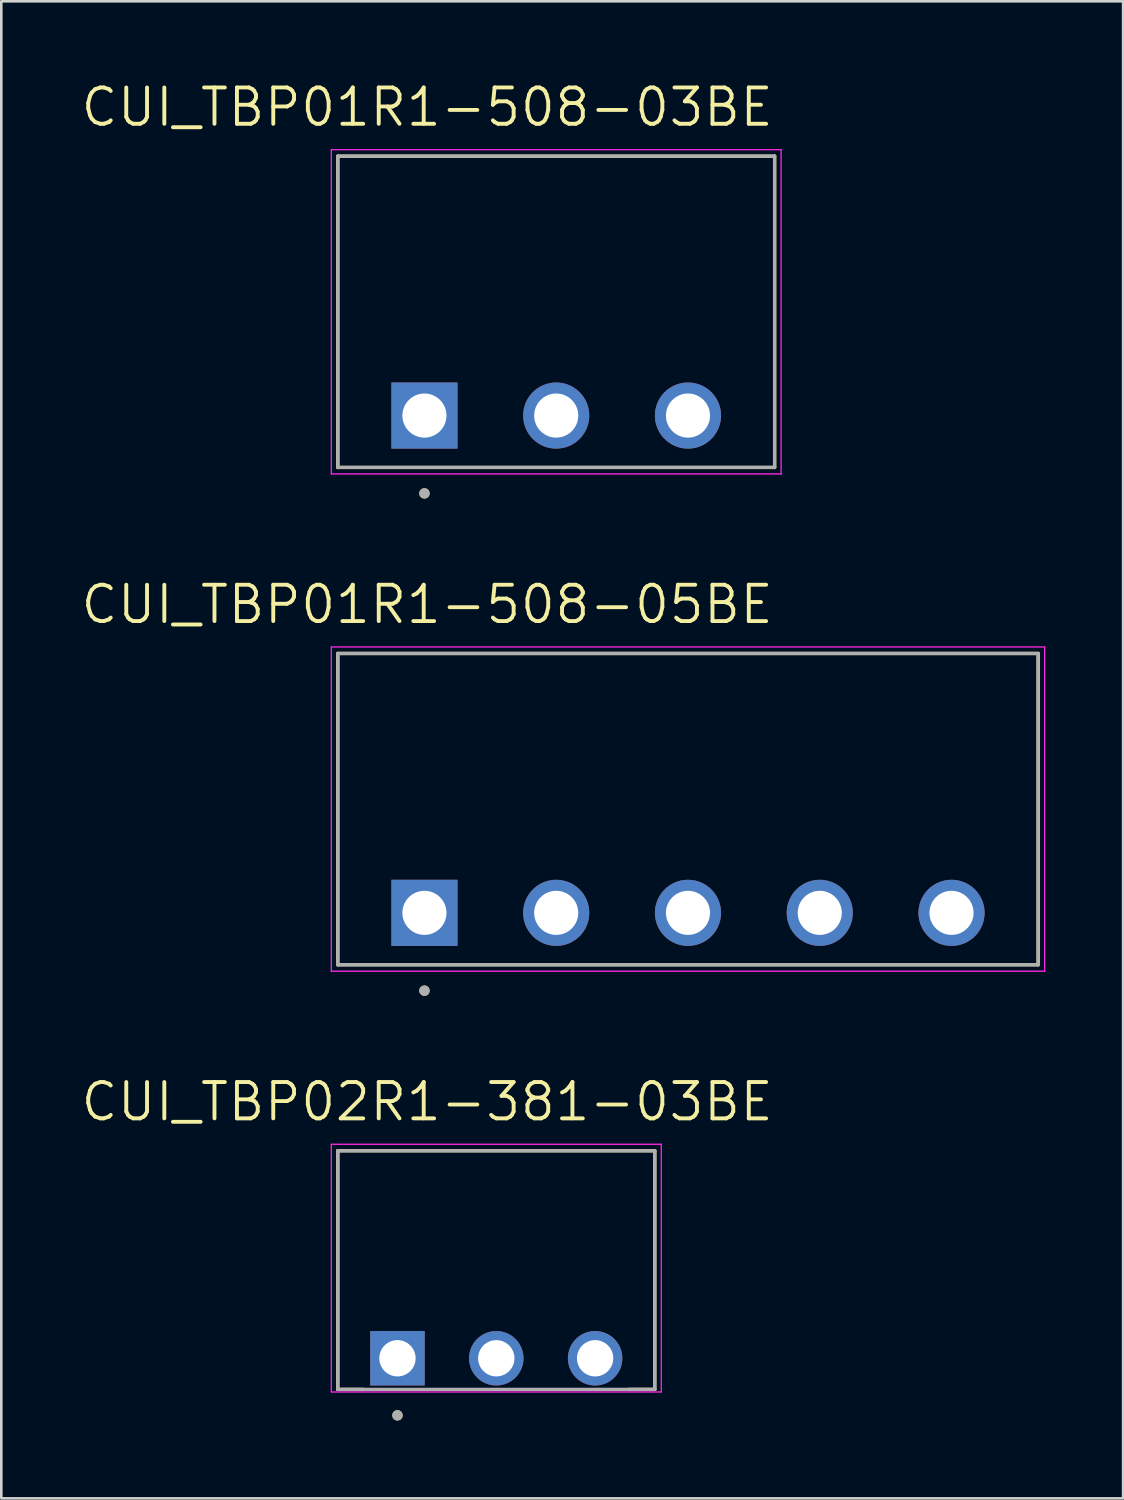
<source format=kicad_pcb>
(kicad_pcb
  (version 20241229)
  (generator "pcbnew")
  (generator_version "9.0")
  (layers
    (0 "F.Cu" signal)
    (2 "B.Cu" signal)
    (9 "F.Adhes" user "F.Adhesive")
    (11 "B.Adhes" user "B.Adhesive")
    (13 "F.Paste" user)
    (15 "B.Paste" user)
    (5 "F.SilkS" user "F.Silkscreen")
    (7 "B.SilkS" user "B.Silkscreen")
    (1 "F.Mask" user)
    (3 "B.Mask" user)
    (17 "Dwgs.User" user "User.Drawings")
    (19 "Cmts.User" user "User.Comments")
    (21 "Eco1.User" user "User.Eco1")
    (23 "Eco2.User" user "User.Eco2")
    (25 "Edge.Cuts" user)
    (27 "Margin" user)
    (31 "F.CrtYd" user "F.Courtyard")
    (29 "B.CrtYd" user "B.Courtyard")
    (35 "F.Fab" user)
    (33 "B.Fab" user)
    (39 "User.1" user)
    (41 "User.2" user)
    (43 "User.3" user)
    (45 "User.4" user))
  (footprint "CUI_TBP02R1-381-03BE"
    (layer "F.Cu")
    (at 12.273 49.314)
    (property "Reference" "CUI_TBP02R1-381-03BE" (at 1.145 -9.889 0) (layer "F.SilkS") (effects (font (size 1.4 1.4) (thickness 0.15))))
    (attr through_hole)
    (fp_line (start -2.3 -8) (end 9.92 -8) (stroke (width 0.127) (type solid)) (layer "F.SilkS"))
    (fp_line (start -2.3 1.2) (end -2.3 -8) (stroke (width 0.127) (type solid)) (layer "F.SilkS"))
    (fp_line (start -2.3 1.2) (end -1.3 1.2) (stroke (width 0.127) (type solid)) (layer "F.SilkS"))
    (fp_line (start 9.92 -8) (end 9.92 1.2) (stroke (width 0.127) (type solid)) (layer "F.SilkS"))
    (fp_line (start 9.92 1.2) (end 8.92 1.2) (stroke (width 0.127) (type solid)) (layer "F.SilkS"))
    (fp_circle (center 0 2.2) (end 0.1 2.2) (stroke (width 0.2) (type solid)) (fill no) (layer "F.SilkS"))
    (fp_line (start -2.55 -8.25) (end 10.17 -8.25) (stroke (width 0.05) (type solid)) (layer "F.CrtYd"))
    (fp_line (start -2.55 1.3) (end -2.55 -8.25) (stroke (width 0.05) (type solid)) (layer "F.CrtYd"))
    (fp_line (start 10.17 -8.25) (end 10.17 1.3) (stroke (width 0.05) (type solid)) (layer "F.CrtYd"))
    (fp_line (start 10.17 1.3) (end -2.55 1.3) (stroke (width 0.05) (type solid)) (layer "F.CrtYd"))
    (fp_line (start -2.3 -8) (end 9.92 -8) (stroke (width 0.127) (type solid)) (layer "F.Fab"))
    (fp_line (start -2.3 1.2) (end -2.3 -8) (stroke (width 0.127) (type solid)) (layer "F.Fab"))
    (fp_line (start 9.92 -8) (end 9.92 1.2) (stroke (width 0.127) (type solid)) (layer "F.Fab"))
    (fp_line (start 9.92 1.2) (end -2.3 1.2) (stroke (width 0.127) (type solid)) (layer "F.Fab"))
    (fp_circle (center 0 2.2) (end 0.1 2.2) (stroke (width 0.2) (type solid)) (fill no) (layer "F.Fab"))
    (pad "1" thru_hole rect (at 0 0) (size 2.1 2.1) (drill 1.4) (layers "*.Cu" "*.Mask"))
    (pad "2" thru_hole circle (at 3.81 0) (size 2.1 2.1) (drill 1.4) (layers "*.Cu" "*.Mask"))
    (pad "3" thru_hole circle (at 7.62 0) (size 2.1 2.1) (drill 1.4) (layers "*.Cu" "*.Mask")))
  (footprint "CUI_TBP01R1-508-03BE"
    (layer "F.Cu")
    (at 13.313 12.971)
    (property "Reference" "CUI_TBP01R1-508-03BE" (at 0.105 -11.889 0) (layer "F.SilkS") (effects (font (size 1.4 1.4) (thickness 0.15))))
    (attr through_hole)
    (fp_line (start -3.34 -10) (end 13.5 -10) (stroke (width 0.127) (type solid)) (layer "F.SilkS"))
    (fp_line (start -3.34 2) (end -3.34 -10) (stroke (width 0.127) (type solid)) (layer "F.SilkS"))
    (fp_line (start 13.5 -10) (end 13.5 2) (stroke (width 0.127) (type solid)) (layer "F.SilkS"))
    (fp_line (start 13.5 2) (end -3.34 2) (stroke (width 0.127) (type solid)) (layer "F.SilkS"))
    (fp_circle (center 0 3) (end 0.1 3) (stroke (width 0.2) (type solid)) (fill no) (layer "F.SilkS"))
    (fp_line (start -3.59 -10.25) (end 13.75 -10.25) (stroke (width 0.05) (type solid)) (layer "F.CrtYd"))
    (fp_line (start -3.59 2.25) (end -3.59 -10.25) (stroke (width 0.05) (type solid)) (layer "F.CrtYd"))
    (fp_line (start 13.75 -10.25) (end 13.75 2.25) (stroke (width 0.05) (type solid)) (layer "F.CrtYd"))
    (fp_line (start 13.75 2.25) (end -3.59 2.25) (stroke (width 0.05) (type solid)) (layer "F.CrtYd"))
    (fp_line (start -3.34 -10) (end 13.5 -10) (stroke (width 0.127) (type solid)) (layer "F.Fab"))
    (fp_line (start -3.34 2) (end -3.34 -10) (stroke (width 0.127) (type solid)) (layer "F.Fab"))
    (fp_line (start 13.5 -10) (end 13.5 2) (stroke (width 0.127) (type solid)) (layer "F.Fab"))
    (fp_line (start 13.5 2) (end -3.34 2) (stroke (width 0.127) (type solid)) (layer "F.Fab"))
    (fp_circle (center 0 3) (end 0.1 3) (stroke (width 0.2) (type solid)) (fill no) (layer "F.Fab"))
    (pad "1" thru_hole rect (at 0 0) (size 2.55 2.55) (drill 1.7) (layers "*.Cu" "*.Mask"))
    (pad "2" thru_hole circle (at 5.08 0) (size 2.55 2.55) (drill 1.7) (layers "*.Cu" "*.Mask"))
    (pad "3" thru_hole circle (at 10.16 0) (size 2.55 2.55) (drill 1.7) (layers "*.Cu" "*.Mask")))
  (footprint "CUI_TBP01R1-508-05BE"
    (layer "F.Cu")
    (at 13.313 32.142)
    (property "Reference" "CUI_TBP01R1-508-05BE" (at 0.105 -11.889 0) (layer "F.SilkS") (effects (font (size 1.4 1.4) (thickness 0.15))))
    (attr through_hole)
    (fp_line (start -3.34 -10) (end 23.66 -10) (stroke (width 0.127) (type solid)) (layer "F.SilkS"))
    (fp_line (start -3.34 2) (end -3.34 -10) (stroke (width 0.127) (type solid)) (layer "F.SilkS"))
    (fp_line (start 23.66 -10) (end 23.66 2) (stroke (width 0.127) (type solid)) (layer "F.SilkS"))
    (fp_line (start 23.66 2) (end -3.34 2) (stroke (width 0.127) (type solid)) (layer "F.SilkS"))
    (fp_circle (center 0 3) (end 0.1 3) (stroke (width 0.2) (type solid)) (fill no) (layer "F.SilkS"))
    (fp_line (start -3.59 -10.25) (end 23.91 -10.25) (stroke (width 0.05) (type solid)) (layer "F.CrtYd"))
    (fp_line (start -3.59 2.25) (end -3.59 -10.25) (stroke (width 0.05) (type solid)) (layer "F.CrtYd"))
    (fp_line (start 23.91 -10.25) (end 23.91 2.25) (stroke (width 0.05) (type solid)) (layer "F.CrtYd"))
    (fp_line (start 23.91 2.25) (end -3.59 2.25) (stroke (width 0.05) (type solid)) (layer "F.CrtYd"))
    (fp_line (start -3.34 -10) (end 23.66 -10) (stroke (width 0.127) (type solid)) (layer "F.Fab"))
    (fp_line (start -3.34 2) (end -3.34 -10) (stroke (width 0.127) (type solid)) (layer "F.Fab"))
    (fp_line (start 23.66 -10) (end 23.66 2) (stroke (width 0.127) (type solid)) (layer "F.Fab"))
    (fp_line (start 23.66 2) (end -3.34 2) (stroke (width 0.127) (type solid)) (layer "F.Fab"))
    (fp_circle (center 0 3) (end 0.1 3) (stroke (width 0.2) (type solid)) (fill no) (layer "F.Fab"))
    (pad "1" thru_hole rect (at 0 0) (size 2.55 2.55) (drill 1.7) (layers "*.Cu" "*.Mask"))
    (pad "2" thru_hole circle (at 5.08 0) (size 2.55 2.55) (drill 1.7) (layers "*.Cu" "*.Mask"))
    (pad "3" thru_hole circle (at 10.16 0) (size 2.55 2.55) (drill 1.7) (layers "*.Cu" "*.Mask"))
    (pad "4" thru_hole circle (at 15.24 0) (size 2.55 2.55) (drill 1.7) (layers "*.Cu" "*.Mask"))
    (pad "5" thru_hole circle (at 20.32 0) (size 2.55 2.55) (drill 1.7) (layers "*.Cu" "*.Mask")))
  (gr_rect
    (start -3 -3)
    (end 40.248 54.714)
    (stroke (width 0.1) (type default))
    (fill no)
    (layer "Edge.Cuts")))
</source>
